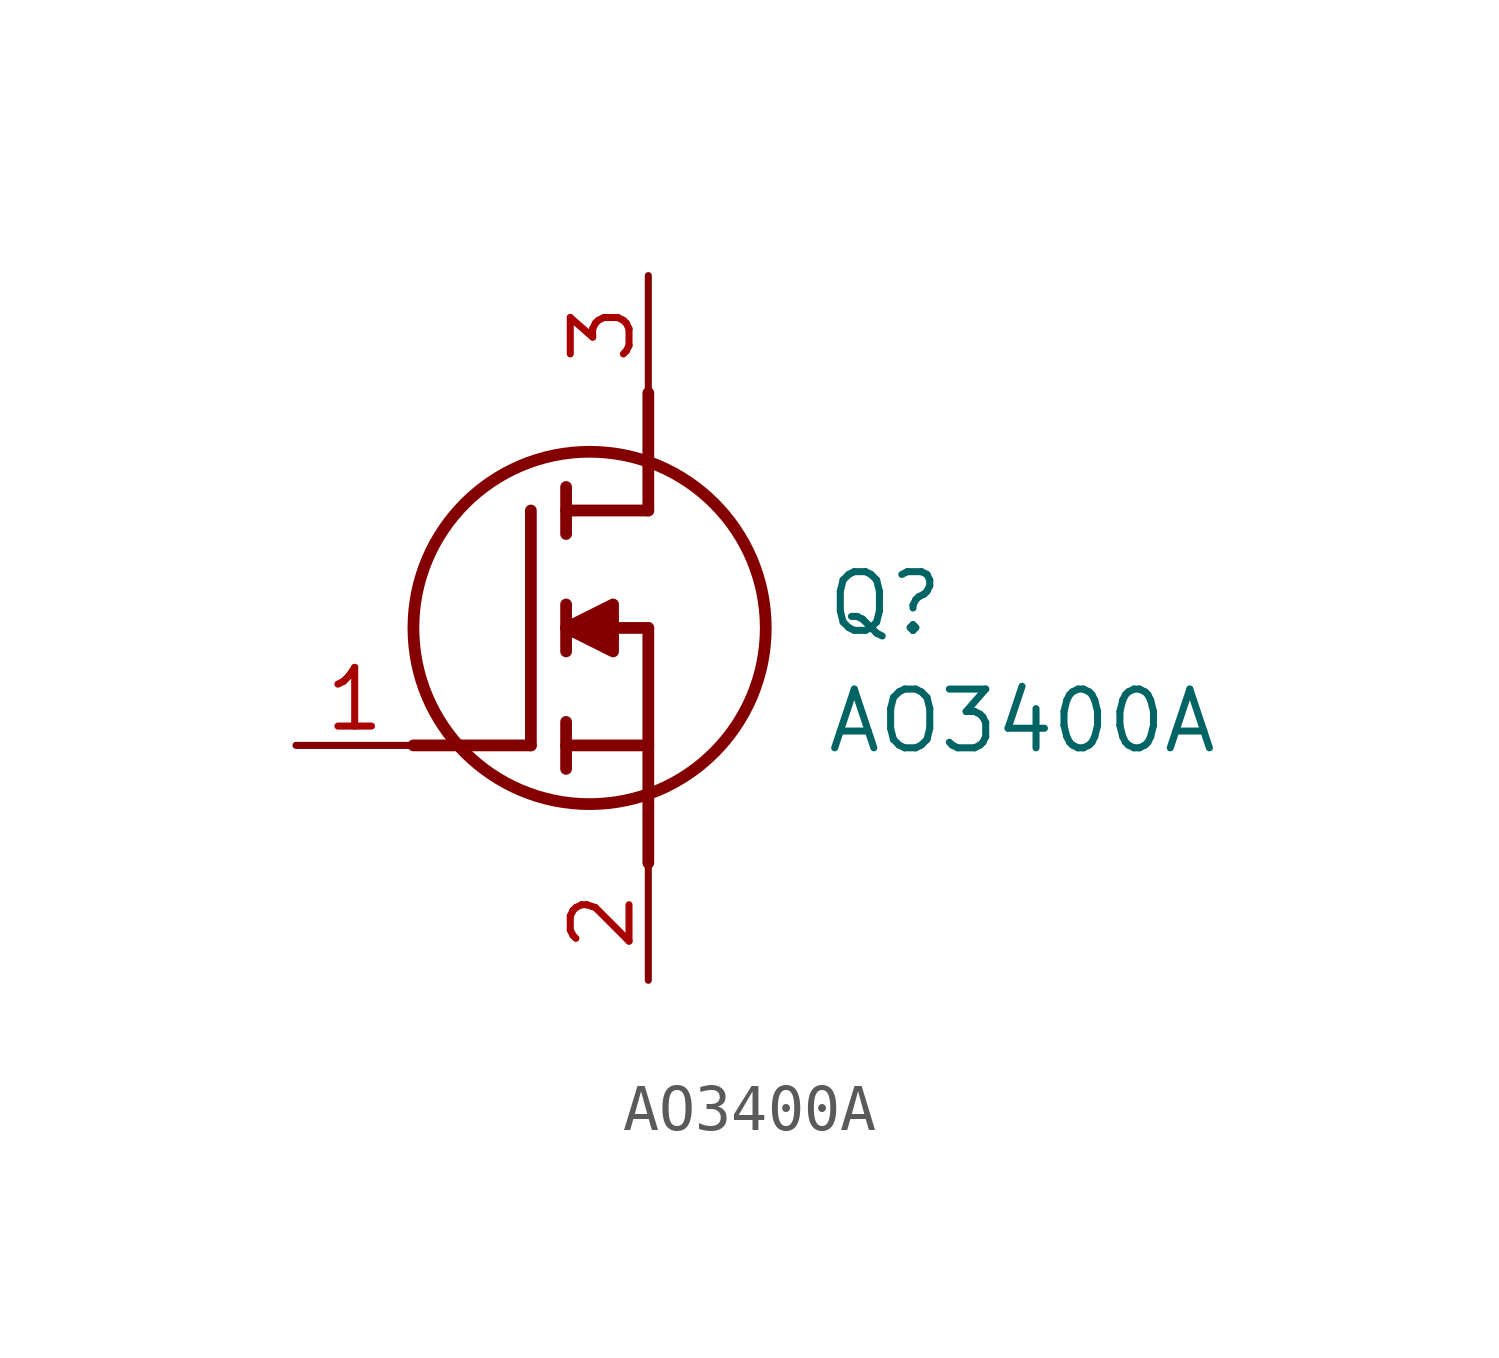
<source format=kicad_sym>
(kicad_symbol_lib
  (version 20211014)
  (generator SamacSys_ECAD_Model)
  (symbol "AO3400A"
    (pin_names hide)
    (property "Reference" "Q"
      (at 11.43 3.81 0)
      (effects (font (size 1.27 1.27)) (justify left top)))
    (property "Value" "AO3400A"
      (at 11.43 1.27 0)
      (effects (font (size 1.27 1.27)) (justify left top)))
    (polyline
      (pts (xy 7.62 2.54) (xy 7.62 -2.54))
      (stroke (width 0.254) (type default))
      (fill (type none)))
    (polyline
      (pts (xy 7.62 5.08) (xy 7.62 7.62))
      (stroke (width 0.254) (type default))
      (fill (type none)))
    (polyline
      (pts (xy 2.54 0) (xy 5.08 0))
      (stroke (width 0.254) (type default))
      (fill (type none)))
    (polyline
      (pts (xy 5.08 5.08) (xy 5.08 0))
      (stroke (width 0.254) (type default))
      (fill (type none)))
    (polyline
      (pts (xy 7.62 2.54) (xy 5.842 2.54))
      (stroke (width 0.254) (type default))
      (fill (type none)))
    (polyline
      (pts (xy 7.62 5.08) (xy 5.842 5.08))
      (stroke (width 0.254) (type default))
      (fill (type none)))
    (polyline
      (pts (xy 5.842 0) (xy 7.62 0))
      (stroke (width 0.254) (type default))
      (fill (type none)))
    (polyline
      (pts (xy 5.842 5.588) (xy 5.842 4.572))
      (stroke (width 0.254) (type default))
      (fill (type none)))
    (polyline
      (pts (xy 5.842 -0.508) (xy 5.842 0.508))
      (stroke (width 0.254) (type default))
      (fill (type none)))
    (polyline
      (pts (xy 5.842 2.032) (xy 5.842 3.048))
      (stroke (width 0.254) (type default))
      (fill (type none)))
    (circle
      (center 6.35 2.54)
      (radius 3.81)
      (stroke (width 0.254) (type default))
      (fill (type none)))
    (polyline
      (pts (xy 5.842 2.54) (xy 6.858 3.048) (xy 6.858 2.032) (xy 5.842 2.54))
      (stroke (width 0.254) (type default))
      (fill (type outline)))
    (pin passive line
      (at 0 0 0)
      (length 2.54)
      (name "G" (effects (font (size 1.27 1.27))))
      (number "1" (effects (font (size 1.27 1.27)))))
    (pin passive line
      (at 7.62 10.16 270)
      (length 2.54)
      (name "D" (effects (font (size 1.27 1.27))))
      (number "3" (effects (font (size 1.27 1.27)))))
    (pin passive line
      (at 7.62 -5.08 90)
      (length 2.54)
      (name "S" (effects (font (size 1.27 1.27))))
      (number "2" (effects (font (size 1.27 1.27)))))))
</source>
